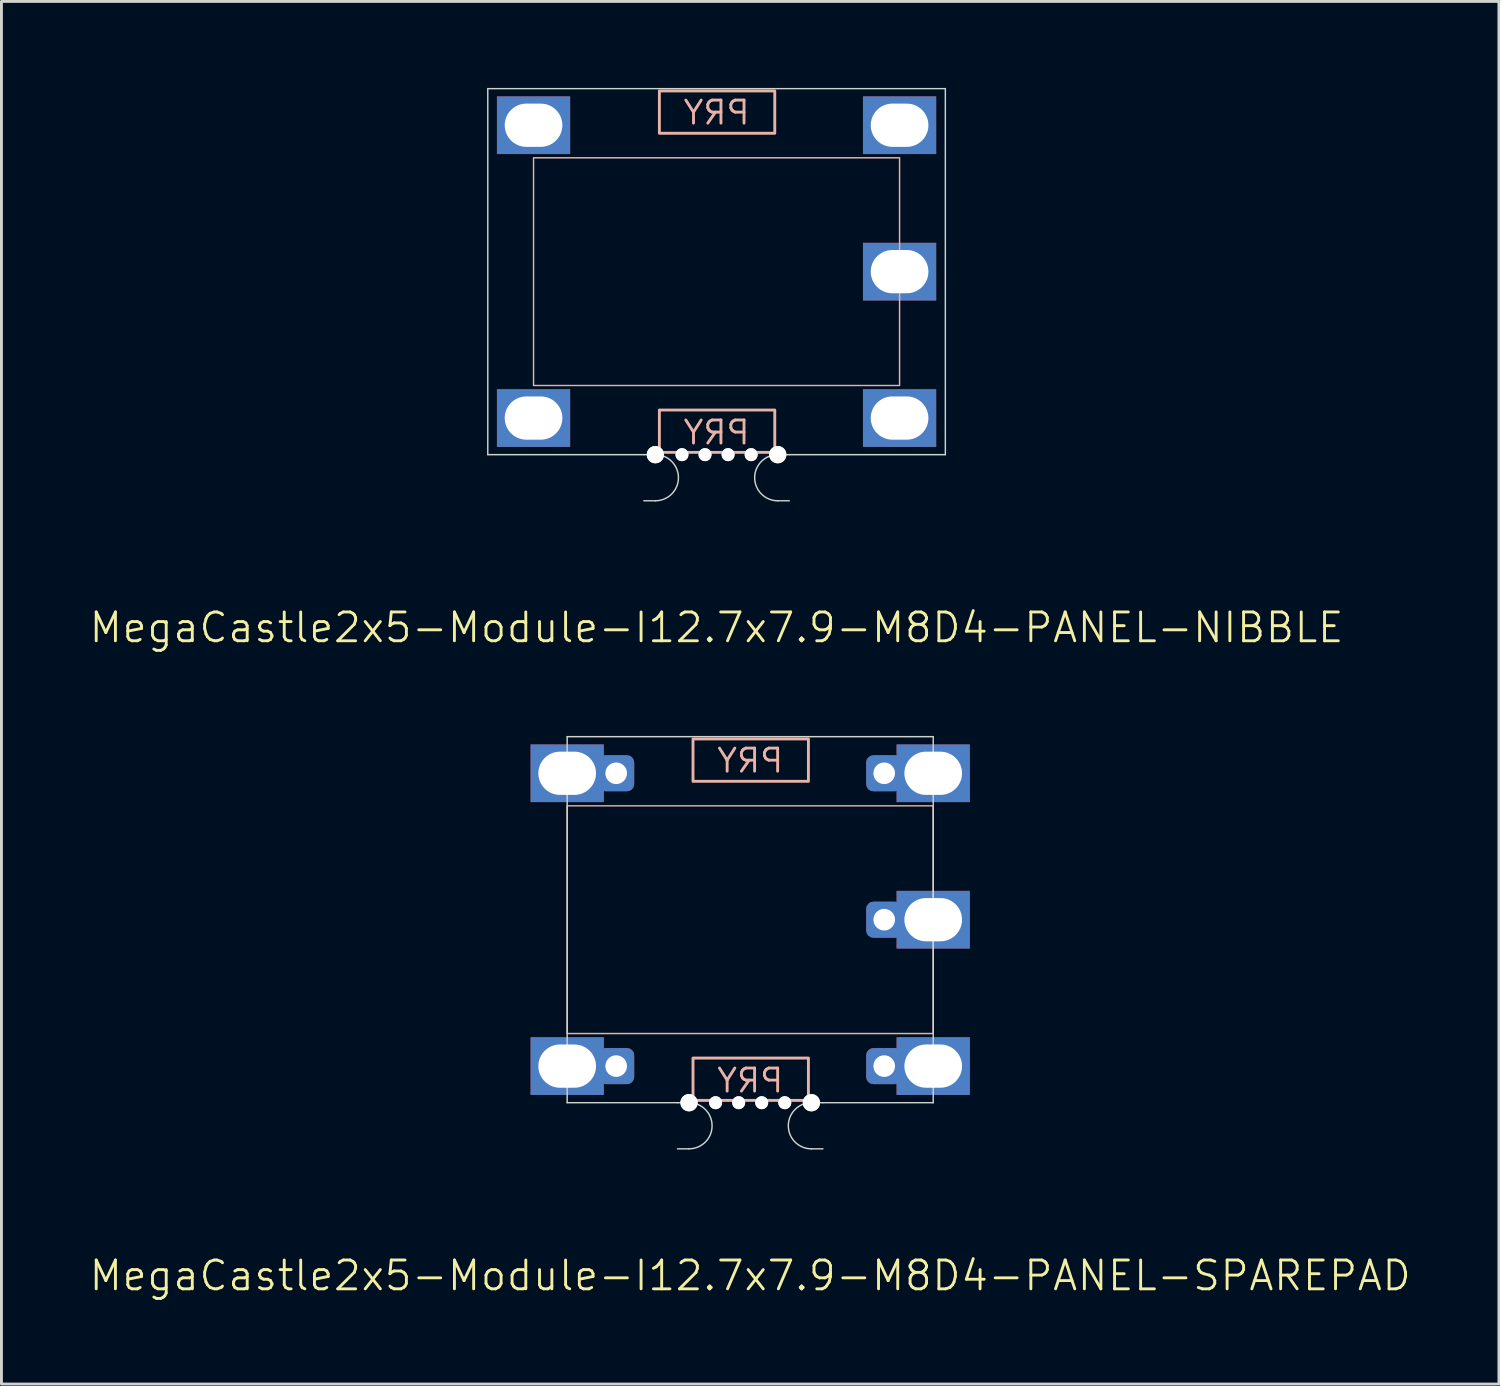
<source format=kicad_pcb>
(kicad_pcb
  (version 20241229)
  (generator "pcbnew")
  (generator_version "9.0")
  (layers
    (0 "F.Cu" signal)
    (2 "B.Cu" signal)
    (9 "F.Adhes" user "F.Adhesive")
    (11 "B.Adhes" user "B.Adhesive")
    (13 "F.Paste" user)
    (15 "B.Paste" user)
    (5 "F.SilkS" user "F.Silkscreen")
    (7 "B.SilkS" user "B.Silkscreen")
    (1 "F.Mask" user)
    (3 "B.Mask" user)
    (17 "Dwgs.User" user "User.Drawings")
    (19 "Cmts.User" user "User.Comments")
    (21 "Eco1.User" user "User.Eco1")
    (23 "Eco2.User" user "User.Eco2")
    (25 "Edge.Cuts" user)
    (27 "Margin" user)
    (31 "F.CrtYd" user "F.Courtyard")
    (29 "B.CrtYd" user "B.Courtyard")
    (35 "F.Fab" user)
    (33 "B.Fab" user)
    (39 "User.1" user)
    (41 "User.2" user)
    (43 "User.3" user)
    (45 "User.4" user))
  (footprint "MegaCastle2x5-Module-I12.7x7.9-M8D4-PANEL-NIBBLE"
    (layer "F.Cu")
    (at 21.812 6.375)
    (property "Reference" "MegaCastle2x5-Module-I12.7x7.9-M8D4-PANEL-NIBBLE" (at 0 12.35 0) (unlocked yes) (layer "F.SilkS") (effects (font (size 1 1) (thickness 0.1))))
    (attr smd)
    (fp_rect (start -6.35 3.95) (end 6.35 -3.95) (stroke (width 0.05) (type default)) (fill no) (layer "B.SilkS"))
    (fp_rect (start -1.984 -4.801) (end 2.02 -6.27) (stroke (width 0.1) (type default)) (fill no) (layer "B.SilkS"))
    (fp_rect (start -1.984 4.801) (end 2.02 6.27) (stroke (width 0.1) (type default)) (fill no) (layer "B.SilkS"))
    (fp_line (start -7.938 -6.35) (end -7.938 6.35) (stroke (width 0.05) (type default)) (layer "Edge.Cuts"))
    (fp_line (start -7.938 -6.35) (end 7.938 -6.35) (stroke (width 0.05) (type default)) (layer "Edge.Cuts"))
    (fp_line (start -7.938 6.35) (end -2.522 6.35) (stroke (width 0.05) (type default)) (layer "Edge.Cuts"))
    (fp_line (start -2.522 6.35) (end -2.123 6.35) (stroke (width 0.05) (type default)) (layer "Edge.Cuts"))
    (fp_line (start -2.522 7.95) (end -2.123 7.95) (stroke (width 0.05) (type default)) (layer "Edge.Cuts"))
    (fp_line (start 2.522 6.35) (end 2.123 6.35) (stroke (width 0.05) (type default)) (layer "Edge.Cuts"))
    (fp_line (start 2.522 6.35) (end 7.938 6.35) (stroke (width 0.05) (type default)) (layer "Edge.Cuts"))
    (fp_line (start 2.522 7.95) (end 2.123 7.95) (stroke (width 0.05) (type default)) (layer "Edge.Cuts"))
    (fp_line (start 7.938 -6.35) (end 7.938 6.35) (stroke (width 0.05) (type default)) (layer "Edge.Cuts"))
    (fp_arc (start -2.1225 6.35) (mid -1.3225 7.15) (end -2.1225 7.95) (stroke (width 0.05) (type default)) (layer "Edge.Cuts"))
    (fp_arc (start 2.1225 7.95) (mid 1.3225 7.15) (end 2.1225 6.35) (stroke (width 0.05) (type default)) (layer "Edge.Cuts"))
    (fp_text user "PRY" (at 0 -5.05 0) (unlocked yes) (layer "B.SilkS") (effects (font (size 0.8 0.8) (thickness 0.1)) (justify bottom mirror)))
    (fp_text user "PRY" (at 0 6.05 0) (unlocked yes) (layer "B.SilkS") (effects (font (size 0.8 0.8) (thickness 0.1)) (justify bottom mirror)))
    (pad "" np_thru_hole circle (at -2.123 6.35) (size 0.6 0.6) (drill 0.6) (layers "*.Cu" "Edge.Cuts"))
    (pad "" np_thru_hole circle (at -1.2 6.35) (size 0.45 0.45) (drill 0.45) (layers "*.Cu" "Edge.Cuts"))
    (pad "" np_thru_hole circle (at -0.4 6.35) (size 0.45 0.45) (drill 0.45) (layers "*.Cu" "Edge.Cuts"))
    (pad "" np_thru_hole circle (at 0.4 6.35) (size 0.45 0.45) (drill 0.45) (layers "*.Cu" "Edge.Cuts"))
    (pad "" np_thru_hole circle (at 1.2 6.35) (size 0.45 0.45) (drill 0.45) (layers "*.Cu" "Edge.Cuts"))
    (pad "" np_thru_hole circle (at 2.123 6.35) (size 0.6 0.6) (drill 0.6) (layers "*.Cu" "Edge.Cuts"))
    (pad "1" thru_hole rect (at -6.35 -5.08) (size 2.54 2) (drill oval 2 1.5) (property pad_prop_castellated) (layers "*.Cu" "*.Mask"))
    (pad "5" thru_hole rect (at -6.35 5.08) (size 2.54 2) (drill oval 2 1.5) (property pad_prop_castellated) (layers "*.Cu" "*.Mask"))
    (pad "6" thru_hole rect (at 6.35 -5.08) (size 2.54 2) (drill oval 2 1.5) (property pad_prop_castellated) (layers "*.Cu" "*.Mask"))
    (pad "8" thru_hole rect (at 6.35 0) (size 2.54 2) (drill oval 2 1.5) (property pad_prop_castellated) (layers "*.Cu" "*.Mask"))
    (pad "10" thru_hole rect (at 6.35 5.08) (size 2.54 2) (drill oval 2 1.5) (property pad_prop_castellated) (layers "*.Cu" "*.Mask"))
    (zone (net_name "") (layer "B.Cu") (hatch edge 0.5) (connect_pads) (min_thickness 0.25) (filled_areas_thickness no) (keepout (tracks allowed) (vias allowed) (pads allowed) (copperpour allowed) (footprints not_allowed)) (placement (enabled no)) (fill) (polygon (pts (xy 15.462 12.725) (xy 15.462 0.025))))
    (zone (net_name "") (layer "B.Cu") (hatch edge 0.5) (connect_pads) (min_thickness 0.25) (filled_areas_thickness no) (keepout (tracks allowed) (vias allowed) (pads allowed) (copperpour allowed) (footprints not_allowed)) (placement (enabled no)) (fill) (polygon (pts (xy 28.162 12.725) (xy 28.162 0.025))))
    (zone (net_name "") (layer "B.Cu") (hatch edge 0.5) (connect_pads) (min_thickness 0.25) (filled_areas_thickness no) (keepout (tracks allowed) (vias allowed) (pads allowed) (copperpour allowed) (footprints not_allowed)) (placement (enabled no)) (fill) (polygon (pts (xy 15.462 0.025) (xy 15.462 2.425) (xy 28.162 2.425) (xy 28.162 0.025))))
    (zone (net_name "") (layer "B.Cu") (hatch edge 0.5) (connect_pads) (min_thickness 0.25) (filled_areas_thickness no) (keepout (tracks allowed) (vias allowed) (pads allowed) (copperpour allowed) (footprints not_allowed)) (placement (enabled no)) (fill) (polygon (pts (xy 15.462 12.725) (xy 15.462 10.325) (xy 28.162 10.325) (xy 28.162 12.725))))
    (zone (net_name "") (layer "B.Cu") (name "Upper Pry Zone") (hatch edge 0.5) (connect_pads) (min_thickness 0.25) (filled_areas_thickness no) (keepout (tracks not_allowed) (vias not_allowed) (pads not_allowed) (copperpour allowed) (footprints not_allowed)) (placement (enabled no)) (fill) (polygon (pts (xy 19.828 1.574) (xy 19.828 0.105) (xy 23.831 0.105) (xy 23.831 1.574))))
    (zone (net_name "") (layer "B.Cu") (name "Upper Pry Zone") (hatch edge 0.5) (connect_pads) (min_thickness 0.25) (filled_areas_thickness no) (keepout (tracks not_allowed) (vias not_allowed) (pads not_allowed) (copperpour allowed) (footprints not_allowed)) (placement (enabled no)) (fill) (polygon (pts (xy 19.828 11.176) (xy 19.828 12.645) (xy 23.831 12.645) (xy 23.831 11.176)))))
  (footprint "MegaCastle2x5-Module-I12.7x7.9-M8D4-PANEL-SPAREPAD"
    (layer "F.Cu")
    (at 22.979 28.86)
    (property "Reference" "MegaCastle2x5-Module-I12.7x7.9-M8D4-PANEL-SPAREPAD" (at 0 12.35 0) (unlocked yes) (layer "F.SilkS") (effects (font (size 1 1) (thickness 0.1))))
    (attr smd)
    (fp_rect (start -6.35 3.95) (end 6.35 -3.95) (stroke (width 0.05) (type default)) (fill no) (layer "B.SilkS"))
    (fp_rect (start -1.984 -4.801) (end 2.02 -6.27) (stroke (width 0.1) (type default)) (fill no) (layer "B.SilkS"))
    (fp_rect (start -1.984 4.801) (end 2.02 6.27) (stroke (width 0.1) (type default)) (fill no) (layer "B.SilkS"))
    (fp_line (start -6.35 -6.35) (end -6.35 6.35) (stroke (width 0.05) (type default)) (layer "Edge.Cuts"))
    (fp_line (start -6.35 -6.35) (end 6.35 -6.35) (stroke (width 0.05) (type default)) (layer "Edge.Cuts"))
    (fp_line (start -6.35 6.35) (end -2.522 6.35) (stroke (width 0.05) (type default)) (layer "Edge.Cuts"))
    (fp_line (start -2.522 6.35) (end -2.123 6.35) (stroke (width 0.05) (type default)) (layer "Edge.Cuts"))
    (fp_line (start -2.522 7.95) (end -2.123 7.95) (stroke (width 0.05) (type default)) (layer "Edge.Cuts"))
    (fp_line (start 2.522 6.35) (end 2.123 6.35) (stroke (width 0.05) (type default)) (layer "Edge.Cuts"))
    (fp_line (start 2.522 6.35) (end 6.35 6.35) (stroke (width 0.05) (type default)) (layer "Edge.Cuts"))
    (fp_line (start 2.522 7.95) (end 2.123 7.95) (stroke (width 0.05) (type default)) (layer "Edge.Cuts"))
    (fp_line (start 6.35 -6.35) (end 6.35 6.35) (stroke (width 0.05) (type default)) (layer "Edge.Cuts"))
    (fp_arc (start -2.1225 6.35) (mid -1.3225 7.15) (end -2.1225 7.95) (stroke (width 0.05) (type default)) (layer "Edge.Cuts"))
    (fp_arc (start 2.1225 7.95) (mid 1.3225 7.15) (end 2.1225 6.35) (stroke (width 0.05) (type default)) (layer "Edge.Cuts"))
    (fp_text user "PRY" (at 0 -5.05 0) (unlocked yes) (layer "B.SilkS") (effects (font (size 0.8 0.8) (thickness 0.1)) (justify bottom mirror)))
    (fp_text user "PRY" (at 0 6.05 0) (unlocked yes) (layer "B.SilkS") (effects (font (size 0.8 0.8) (thickness 0.1)) (justify bottom mirror)))
    (pad "" np_thru_hole circle (at -2.123 6.35) (size 0.6 0.6) (drill 0.6) (layers "*.Cu" "Edge.Cuts"))
    (pad "" np_thru_hole circle (at -1.2 6.35) (size 0.45 0.45) (drill 0.45) (layers "*.Cu" "Edge.Cuts"))
    (pad "" np_thru_hole circle (at -0.4 6.35) (size 0.45 0.45) (drill 0.45) (layers "*.Cu" "Edge.Cuts"))
    (pad "" np_thru_hole circle (at 0.4 6.35) (size 0.45 0.45) (drill 0.45) (layers "*.Cu" "Edge.Cuts"))
    (pad "" np_thru_hole circle (at 1.2 6.35) (size 0.45 0.45) (drill 0.45) (layers "*.Cu" "Edge.Cuts"))
    (pad "" np_thru_hole circle (at 2.123 6.35) (size 0.6 0.6) (drill 0.6) (layers "*.Cu" "Edge.Cuts"))
    (pad "1" thru_hole rect (at -6.35 -5.08) (size 2.54 2) (drill oval 2 1.5) (property pad_prop_castellated) (layers "*.Cu" "*.Mask"))
    (pad "1" thru_hole roundrect (at -4.65 -5.08 180) (size 1.25 1.25) (drill 0.75) (layers "*.Cu" "*.Mask") (roundrect_rratio 0.2))
    (pad "5" thru_hole rect (at -6.35 5.08) (size 2.54 2) (drill oval 2 1.5) (property pad_prop_castellated) (layers "*.Cu" "*.Mask"))
    (pad "5" thru_hole roundrect (at -4.65 5.08 180) (size 1.25 1.25) (drill 0.75) (layers "*.Cu" "*.Mask") (roundrect_rratio 0.2))
    (pad "6" thru_hole roundrect (at 4.65 -5.08 180) (size 1.25 1.25) (drill 0.75) (layers "*.Cu" "*.Mask") (roundrect_rratio 0.2))
    (pad "6" thru_hole rect (at 6.35 -5.08) (size 2.54 2) (drill oval 2 1.5) (property pad_prop_castellated) (layers "*.Cu" "*.Mask"))
    (pad "8" thru_hole roundrect (at 4.65 0 180) (size 1.25 1.25) (drill 0.75) (layers "*.Cu" "*.Mask") (roundrect_rratio 0.2))
    (pad "8" thru_hole rect (at 6.35 0) (size 2.54 2) (drill oval 2 1.5) (property pad_prop_castellated) (layers "*.Cu" "*.Mask"))
    (pad "10" thru_hole roundrect (at 4.65 5.08 180) (size 1.25 1.25) (drill 0.75) (layers "*.Cu" "*.Mask") (roundrect_rratio 0.2))
    (pad "10" thru_hole rect (at 6.35 5.08) (size 2.54 2) (drill oval 2 1.5) (property pad_prop_castellated) (layers "*.Cu" "*.Mask"))
    (zone (net_name "") (layer "B.Cu") (hatch edge 0.5) (connect_pads) (min_thickness 0.25) (filled_areas_thickness no) (keepout (tracks allowed) (vias allowed) (pads allowed) (copperpour allowed) (footprints not_allowed)) (placement (enabled no)) (fill) (polygon (pts (xy 16.629 35.211) (xy 16.629 22.511))))
    (zone (net_name "") (layer "B.Cu") (hatch edge 0.5) (connect_pads) (min_thickness 0.25) (filled_areas_thickness no) (keepout (tracks allowed) (vias allowed) (pads allowed) (copperpour allowed) (footprints not_allowed)) (placement (enabled no)) (fill) (polygon (pts (xy 29.329 35.211) (xy 29.329 22.511))))
    (zone (net_name "") (layer "B.Cu") (hatch edge 0.5) (connect_pads) (min_thickness 0.25) (filled_areas_thickness no) (keepout (tracks allowed) (vias allowed) (pads allowed) (copperpour allowed) (footprints not_allowed)) (placement (enabled no)) (fill) (polygon (pts (xy 16.629 22.511) (xy 16.629 24.91) (xy 29.329 24.91) (xy 29.329 22.511))))
    (zone (net_name "") (layer "B.Cu") (hatch edge 0.5) (connect_pads) (min_thickness 0.25) (filled_areas_thickness no) (keepout (tracks allowed) (vias allowed) (pads allowed) (copperpour allowed) (footprints not_allowed)) (placement (enabled no)) (fill) (polygon (pts (xy 16.629 35.211) (xy 16.629 32.81) (xy 29.329 32.81) (xy 29.329 35.211))))
    (zone (net_name "") (layer "B.Cu") (name "Upper Pry Zone") (hatch edge 0.5) (connect_pads) (min_thickness 0.25) (filled_areas_thickness no) (keepout (tracks not_allowed) (vias not_allowed) (pads not_allowed) (copperpour allowed) (footprints not_allowed)) (placement (enabled no)) (fill) (polygon (pts (xy 20.994 24.059) (xy 20.994 22.59) (xy 24.998 22.59) (xy 24.998 24.059))))
    (zone (net_name "") (layer "B.Cu") (name "Upper Pry Zone") (hatch edge 0.5) (connect_pads) (min_thickness 0.25) (filled_areas_thickness no) (keepout (tracks not_allowed) (vias not_allowed) (pads not_allowed) (copperpour allowed) (footprints not_allowed)) (placement (enabled no)) (fill) (polygon (pts (xy 20.994 33.662) (xy 20.994 35.13) (xy 24.998 35.13) (xy 24.998 33.662)))))
  (gr_rect
    (start -3 -3)
    (end 48.957 44.971)
    (stroke (width 0.1) (type default))
    (fill no)
    (layer "Edge.Cuts")))
</source>
